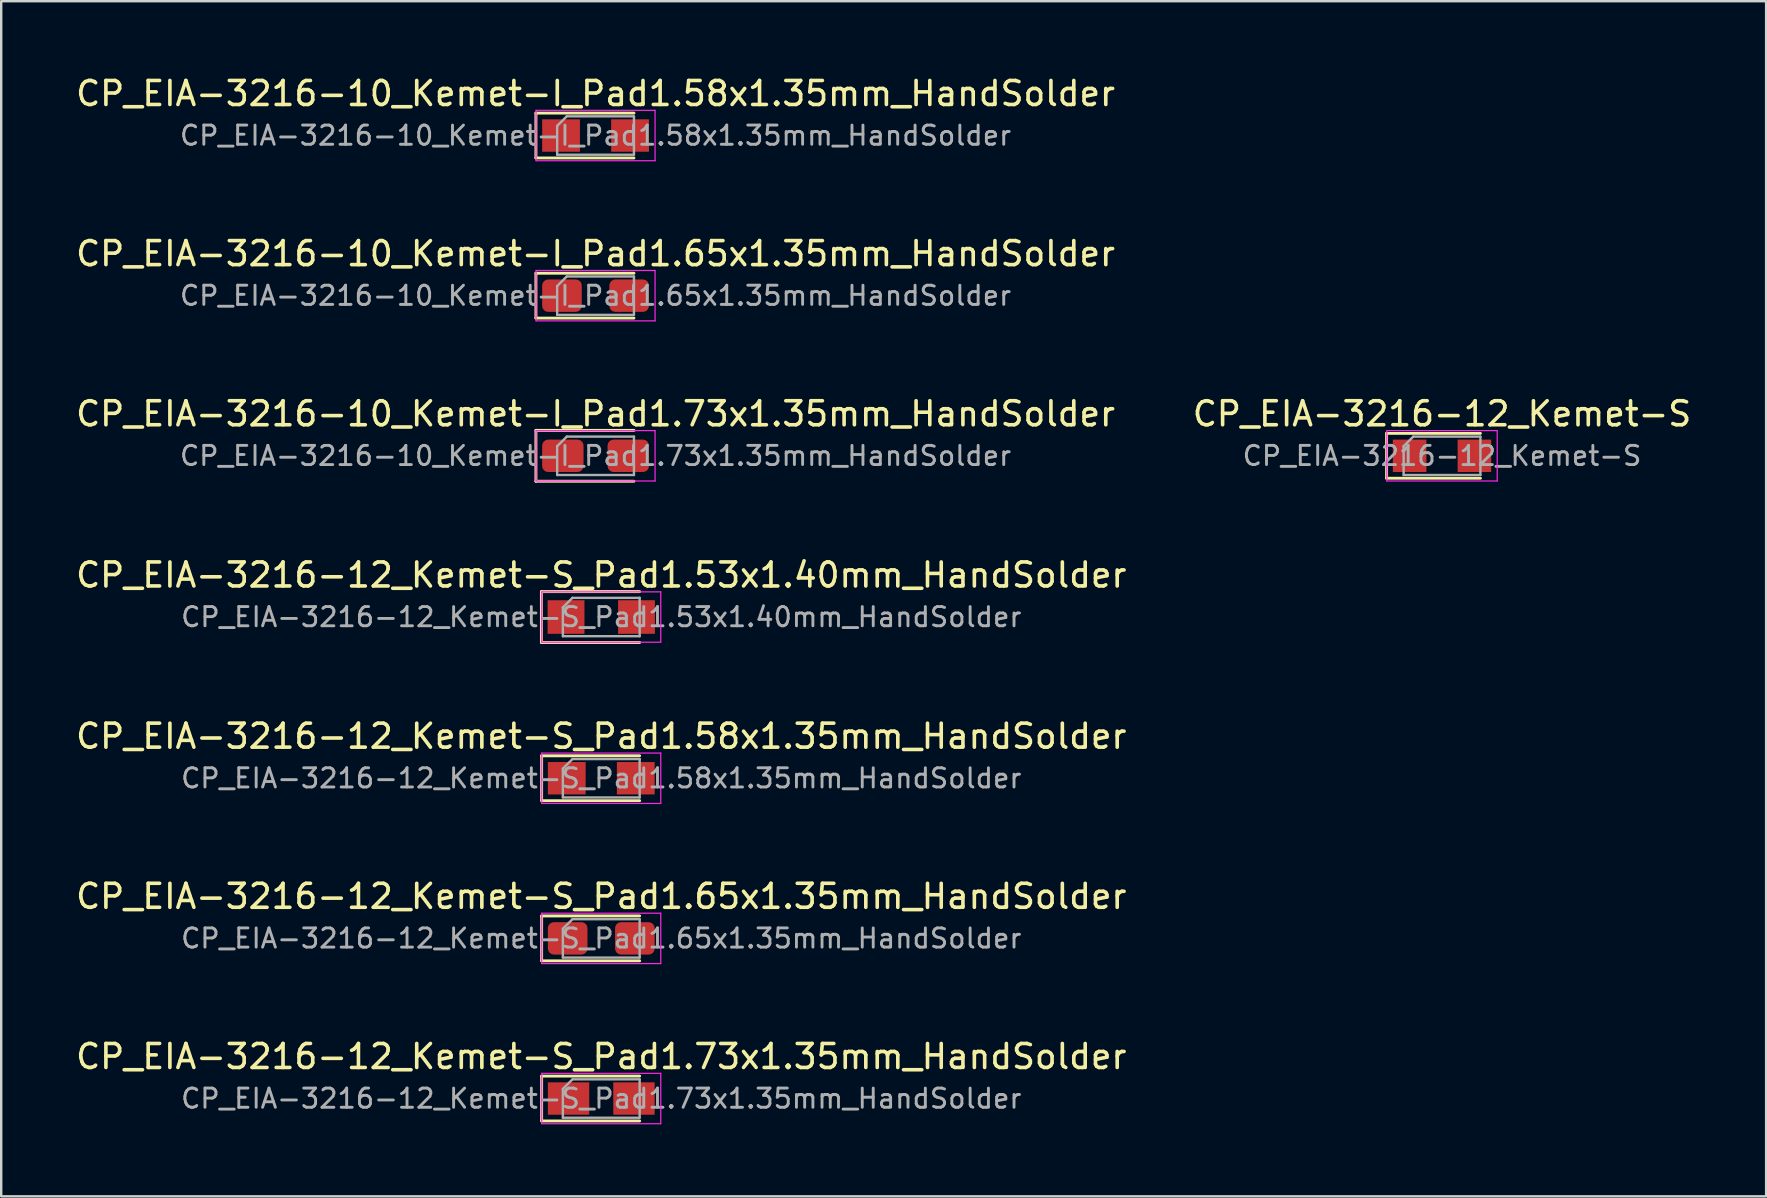
<source format=kicad_pcb>
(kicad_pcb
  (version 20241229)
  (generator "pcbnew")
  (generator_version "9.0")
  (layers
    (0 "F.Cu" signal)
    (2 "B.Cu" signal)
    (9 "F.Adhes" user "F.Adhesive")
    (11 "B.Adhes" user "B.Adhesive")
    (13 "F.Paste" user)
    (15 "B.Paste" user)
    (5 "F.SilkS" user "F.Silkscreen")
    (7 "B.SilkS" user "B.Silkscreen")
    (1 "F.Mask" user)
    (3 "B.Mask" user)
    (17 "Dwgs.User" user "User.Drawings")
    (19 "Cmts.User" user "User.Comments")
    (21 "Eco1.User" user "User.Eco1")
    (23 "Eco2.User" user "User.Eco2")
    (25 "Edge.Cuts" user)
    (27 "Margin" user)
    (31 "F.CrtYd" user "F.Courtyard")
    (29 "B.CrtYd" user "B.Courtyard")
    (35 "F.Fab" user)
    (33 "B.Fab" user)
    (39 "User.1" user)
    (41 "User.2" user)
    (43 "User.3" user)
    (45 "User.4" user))
  (footprint "CP_EIA-3216-12_Kemet-S_Pad1.73x1.35mm_HandSolder"
    (layer "F.Cu")
    (at 22.006 42.728)
    (property "Reference" "CP_EIA-3216-12_Kemet-S_Pad1.73x1.35mm_HandSolder" (at 0 -1.75 0) (layer "F.SilkS") (effects (font (size 1 1) (thickness 0.15))))
    (attr smd)
    (fp_line (start -2.485 -0.935) (end -2.485 0.935) (stroke (width 0.12) (type solid)) (layer "F.SilkS"))
    (fp_line (start -2.485 0.935) (end 1.6 0.935) (stroke (width 0.12) (type solid)) (layer "F.SilkS"))
    (fp_line (start 1.6 -0.935) (end -2.485 -0.935) (stroke (width 0.12) (type solid)) (layer "F.SilkS"))
    (fp_line (start -2.48 -1.05) (end 2.48 -1.05) (stroke (width 0.05) (type solid)) (layer "F.CrtYd"))
    (fp_line (start -2.48 1.05) (end -2.48 -1.05) (stroke (width 0.05) (type solid)) (layer "F.CrtYd"))
    (fp_line (start 2.48 -1.05) (end 2.48 1.05) (stroke (width 0.05) (type solid)) (layer "F.CrtYd"))
    (fp_line (start 2.48 1.05) (end -2.48 1.05) (stroke (width 0.05) (type solid)) (layer "F.CrtYd"))
    (fp_line (start -1.6 -0.4) (end -1.6 0.8) (stroke (width 0.1) (type solid)) (layer "F.Fab"))
    (fp_line (start -1.6 0.8) (end 1.6 0.8) (stroke (width 0.1) (type solid)) (layer "F.Fab"))
    (fp_line (start -1.2 -0.8) (end -1.6 -0.4) (stroke (width 0.1) (type solid)) (layer "F.Fab"))
    (fp_line (start 1.6 -0.8) (end -1.2 -0.8) (stroke (width 0.1) (type solid)) (layer "F.Fab"))
    (fp_line (start 1.6 0.8) (end 1.6 -0.8) (stroke (width 0.1) (type solid)) (layer "F.Fab"))
    (fp_text user "${REFERENCE}" (at 0 0 0) (layer "F.Fab") (effects (font (size 0.8 0.8) (thickness 0.12))))
    (pad "1" smd rect (at -1.363 0) (size 1.725 1.35) (layers "F.Cu" "F.Mask" "F.Paste"))
    (pad "2" smd rect (at 1.363 0) (size 1.725 1.35) (layers "F.Cu" "F.Mask" "F.Paste")))
  (footprint "CP_EIA-3216-12_Kemet-S_Pad1.53x1.40mm_HandSolder"
    (layer "F.Cu")
    (at 22.006 22.663)
    (property "Reference" "CP_EIA-3216-12_Kemet-S_Pad1.53x1.40mm_HandSolder" (at 0 -1.75 0) (layer "F.SilkS") (effects (font (size 1 1) (thickness 0.15))))
    (attr smd)
    (fp_line (start -2.495 -1.06) (end -2.495 1.06) (stroke (width 0.12) (type solid)) (layer "F.SilkS"))
    (fp_line (start -2.495 1.06) (end 1.6 1.06) (stroke (width 0.12) (type solid)) (layer "F.SilkS"))
    (fp_line (start 1.6 -1.06) (end -2.495 -1.06) (stroke (width 0.12) (type solid)) (layer "F.SilkS"))
    (fp_line (start -2.48 -1.05) (end 2.48 -1.05) (stroke (width 0.05) (type solid)) (layer "F.CrtYd"))
    (fp_line (start -2.48 1.05) (end -2.48 -1.05) (stroke (width 0.05) (type solid)) (layer "F.CrtYd"))
    (fp_line (start 2.48 -1.05) (end 2.48 1.05) (stroke (width 0.05) (type solid)) (layer "F.CrtYd"))
    (fp_line (start 2.48 1.05) (end -2.48 1.05) (stroke (width 0.05) (type solid)) (layer "F.CrtYd"))
    (fp_line (start -1.6 -0.4) (end -1.6 0.8) (stroke (width 0.1) (type solid)) (layer "F.Fab"))
    (fp_line (start -1.6 0.8) (end 1.6 0.8) (stroke (width 0.1) (type solid)) (layer "F.Fab"))
    (fp_line (start -1.2 -0.8) (end -1.6 -0.4) (stroke (width 0.1) (type solid)) (layer "F.Fab"))
    (fp_line (start 1.6 -0.8) (end -1.2 -0.8) (stroke (width 0.1) (type solid)) (layer "F.Fab"))
    (fp_line (start 1.6 0.8) (end 1.6 -0.8) (stroke (width 0.1) (type solid)) (layer "F.Fab"))
    (fp_text user "${REFERENCE}" (at 0 0 0) (layer "F.Fab") (effects (font (size 0.8 0.8) (thickness 0.12))))
    (pad "1" smd rect (at -1.468 0) (size 1.535 1.4) (layers "F.Cu" "F.Mask" "F.Paste"))
    (pad "2" smd rect (at 1.468 0) (size 1.535 1.4) (layers "F.Cu" "F.Mask" "F.Paste")))
  (footprint "CP_EIA-3216-12_Kemet-S_Pad1.65x1.35mm_HandSolder"
    (layer "F.Cu")
    (at 22.006 36.054)
    (property "Reference" "CP_EIA-3216-12_Kemet-S_Pad1.65x1.35mm_HandSolder" (at 0 -1.75 0) (layer "F.SilkS") (effects (font (size 1 1) (thickness 0.15))))
    (attr smd)
    (fp_line (start -2.485 -0.935) (end -2.485 0.935) (stroke (width 0.12) (type solid)) (layer "F.SilkS"))
    (fp_line (start -2.485 0.935) (end 1.6 0.935) (stroke (width 0.12) (type solid)) (layer "F.SilkS"))
    (fp_line (start 1.6 -0.935) (end -2.485 -0.935) (stroke (width 0.12) (type solid)) (layer "F.SilkS"))
    (fp_line (start -2.48 -1.05) (end 2.48 -1.05) (stroke (width 0.05) (type solid)) (layer "F.CrtYd"))
    (fp_line (start -2.48 1.05) (end -2.48 -1.05) (stroke (width 0.05) (type solid)) (layer "F.CrtYd"))
    (fp_line (start 2.48 -1.05) (end 2.48 1.05) (stroke (width 0.05) (type solid)) (layer "F.CrtYd"))
    (fp_line (start 2.48 1.05) (end -2.48 1.05) (stroke (width 0.05) (type solid)) (layer "F.CrtYd"))
    (fp_line (start -1.6 -0.4) (end -1.6 0.8) (stroke (width 0.1) (type solid)) (layer "F.Fab"))
    (fp_line (start -1.6 0.8) (end 1.6 0.8) (stroke (width 0.1) (type solid)) (layer "F.Fab"))
    (fp_line (start -1.2 -0.8) (end -1.6 -0.4) (stroke (width 0.1) (type solid)) (layer "F.Fab"))
    (fp_line (start 1.6 -0.8) (end -1.2 -0.8) (stroke (width 0.1) (type solid)) (layer "F.Fab"))
    (fp_line (start 1.6 0.8) (end 1.6 -0.8) (stroke (width 0.1) (type solid)) (layer "F.Fab"))
    (fp_text user "${REFERENCE}" (at 0 0 0) (layer "F.Fab") (effects (font (size 0.8 0.8) (thickness 0.12))))
    (pad "1" smd roundrect (at -1.4 0) (size 1.65 1.35) (layers "F.Cu" "F.Mask" "F.Paste") (roundrect_rratio 0.185))
    (pad "2" smd roundrect (at 1.4 0) (size 1.65 1.35) (layers "F.Cu" "F.Mask" "F.Paste") (roundrect_rratio 0.185)))
  (footprint "CP_EIA-3216-10_Kemet-I_Pad1.73x1.35mm_HandSolder"
    (layer "F.Cu")
    (at 21.768 15.945)
    (property "Reference" "CP_EIA-3216-10_Kemet-I_Pad1.73x1.35mm_HandSolder" (at 0 -1.75 0) (layer "F.SilkS") (effects (font (size 1 1) (thickness 0.15))))
    (attr smd)
    (fp_line (start -2.485 -1.06) (end -2.485 1.06) (stroke (width 0.12) (type solid)) (layer "F.SilkS"))
    (fp_line (start -2.485 1.06) (end 1.6 1.06) (stroke (width 0.12) (type solid)) (layer "F.SilkS"))
    (fp_line (start 1.6 -1.06) (end -2.485 -1.06) (stroke (width 0.12) (type solid)) (layer "F.SilkS"))
    (fp_line (start -2.48 -1.05) (end 2.48 -1.05) (stroke (width 0.05) (type solid)) (layer "F.CrtYd"))
    (fp_line (start -2.48 1.05) (end -2.48 -1.05) (stroke (width 0.05) (type solid)) (layer "F.CrtYd"))
    (fp_line (start 2.48 -1.05) (end 2.48 1.05) (stroke (width 0.05) (type solid)) (layer "F.CrtYd"))
    (fp_line (start 2.48 1.05) (end -2.48 1.05) (stroke (width 0.05) (type solid)) (layer "F.CrtYd"))
    (fp_line (start -1.6 -0.4) (end -1.6 0.8) (stroke (width 0.1) (type solid)) (layer "F.Fab"))
    (fp_line (start -1.6 0.8) (end 1.6 0.8) (stroke (width 0.1) (type solid)) (layer "F.Fab"))
    (fp_line (start -1.2 -0.8) (end -1.6 -0.4) (stroke (width 0.1) (type solid)) (layer "F.Fab"))
    (fp_line (start 1.6 -0.8) (end -1.2 -0.8) (stroke (width 0.1) (type solid)) (layer "F.Fab"))
    (fp_line (start 1.6 0.8) (end 1.6 -0.8) (stroke (width 0.1) (type solid)) (layer "F.Fab"))
    (fp_text user "${REFERENCE}" (at 0 0 0) (layer "F.Fab") (effects (font (size 0.8 0.8) (thickness 0.12))))
    (pad "1" smd roundrect (at -1.363 0) (size 1.725 1.35) (layers "F.Cu" "F.Mask" "F.Paste") (roundrect_rratio 0.185))
    (pad "2" smd roundrect (at 1.363 0) (size 1.725 1.35) (layers "F.Cu" "F.Mask" "F.Paste") (roundrect_rratio 0.185)))
  (footprint "CP_EIA-3216-12_Kemet-S_Pad1.58x1.35mm_HandSolder"
    (layer "F.Cu")
    (at 22.006 29.381)
    (property "Reference" "CP_EIA-3216-12_Kemet-S_Pad1.58x1.35mm_HandSolder" (at 0 -1.75 0) (layer "F.SilkS") (effects (font (size 1 1) (thickness 0.15))))
    (attr smd)
    (fp_line (start -2.485 -0.935) (end -2.485 0.935) (stroke (width 0.12) (type solid)) (layer "F.SilkS"))
    (fp_line (start -2.485 0.935) (end 1.6 0.935) (stroke (width 0.12) (type solid)) (layer "F.SilkS"))
    (fp_line (start 1.6 -0.935) (end -2.485 -0.935) (stroke (width 0.12) (type solid)) (layer "F.SilkS"))
    (fp_line (start -2.48 -1.05) (end 2.48 -1.05) (stroke (width 0.05) (type solid)) (layer "F.CrtYd"))
    (fp_line (start -2.48 1.05) (end -2.48 -1.05) (stroke (width 0.05) (type solid)) (layer "F.CrtYd"))
    (fp_line (start 2.48 -1.05) (end 2.48 1.05) (stroke (width 0.05) (type solid)) (layer "F.CrtYd"))
    (fp_line (start 2.48 1.05) (end -2.48 1.05) (stroke (width 0.05) (type solid)) (layer "F.CrtYd"))
    (fp_line (start -1.6 -0.4) (end -1.6 0.8) (stroke (width 0.1) (type solid)) (layer "F.Fab"))
    (fp_line (start -1.6 0.8) (end 1.6 0.8) (stroke (width 0.1) (type solid)) (layer "F.Fab"))
    (fp_line (start -1.2 -0.8) (end -1.6 -0.4) (stroke (width 0.1) (type solid)) (layer "F.Fab"))
    (fp_line (start 1.6 -0.8) (end -1.2 -0.8) (stroke (width 0.1) (type solid)) (layer "F.Fab"))
    (fp_line (start 1.6 0.8) (end 1.6 -0.8) (stroke (width 0.1) (type solid)) (layer "F.Fab"))
    (fp_text user "${REFERENCE}" (at 0 0 0) (layer "F.Fab") (effects (font (size 0.8 0.8) (thickness 0.12))))
    (pad "1" smd rect (at -1.438 0) (size 1.575 1.35) (layers "F.Cu" "F.Mask" "F.Paste"))
    (pad "2" smd rect (at 1.438 0) (size 1.575 1.35) (layers "F.Cu" "F.Mask" "F.Paste")))
  (footprint "CP_EIA-3216-10_Kemet-I_Pad1.65x1.35mm_HandSolder"
    (layer "F.Cu")
    (at 21.768 9.271)
    (property "Reference" "CP_EIA-3216-10_Kemet-I_Pad1.65x1.35mm_HandSolder" (at 0 -1.75 0) (layer "F.SilkS") (effects (font (size 1 1) (thickness 0.15))))
    (attr smd)
    (fp_line (start -2.485 -0.935) (end -2.485 0.935) (stroke (width 0.12) (type solid)) (layer "F.SilkS"))
    (fp_line (start -2.485 0.935) (end 1.6 0.935) (stroke (width 0.12) (type solid)) (layer "F.SilkS"))
    (fp_line (start 1.6 -0.935) (end -2.485 -0.935) (stroke (width 0.12) (type solid)) (layer "F.SilkS"))
    (fp_line (start -2.48 -1.05) (end 2.48 -1.05) (stroke (width 0.05) (type solid)) (layer "F.CrtYd"))
    (fp_line (start -2.48 1.05) (end -2.48 -1.05) (stroke (width 0.05) (type solid)) (layer "F.CrtYd"))
    (fp_line (start 2.48 -1.05) (end 2.48 1.05) (stroke (width 0.05) (type solid)) (layer "F.CrtYd"))
    (fp_line (start 2.48 1.05) (end -2.48 1.05) (stroke (width 0.05) (type solid)) (layer "F.CrtYd"))
    (fp_line (start -1.6 -0.4) (end -1.6 0.8) (stroke (width 0.1) (type solid)) (layer "F.Fab"))
    (fp_line (start -1.6 0.8) (end 1.6 0.8) (stroke (width 0.1) (type solid)) (layer "F.Fab"))
    (fp_line (start -1.2 -0.8) (end -1.6 -0.4) (stroke (width 0.1) (type solid)) (layer "F.Fab"))
    (fp_line (start 1.6 -0.8) (end -1.2 -0.8) (stroke (width 0.1) (type solid)) (layer "F.Fab"))
    (fp_line (start 1.6 0.8) (end 1.6 -0.8) (stroke (width 0.1) (type solid)) (layer "F.Fab"))
    (fp_text user "${REFERENCE}" (at 0 0 0) (layer "F.Fab") (effects (font (size 0.8 0.8) (thickness 0.12))))
    (pad "1" smd roundrect (at -1.4 0) (size 1.65 1.35) (layers "F.Cu" "F.Mask" "F.Paste") (roundrect_rratio 0.185))
    (pad "2" smd roundrect (at 1.4 0) (size 1.65 1.35) (layers "F.Cu" "F.Mask" "F.Paste") (roundrect_rratio 0.185)))
  (footprint "CP_EIA-3216-10_Kemet-I_Pad1.58x1.35mm_HandSolder"
    (layer "F.Cu")
    (at 21.768 2.598)
    (property "Reference" "CP_EIA-3216-10_Kemet-I_Pad1.58x1.35mm_HandSolder" (at 0 -1.75 0) (layer "F.SilkS") (effects (font (size 1 1) (thickness 0.15))))
    (attr smd)
    (fp_line (start -2.485 -0.935) (end -2.485 0.935) (stroke (width 0.12) (type solid)) (layer "F.SilkS"))
    (fp_line (start -2.485 0.935) (end 1.6 0.935) (stroke (width 0.12) (type solid)) (layer "F.SilkS"))
    (fp_line (start 1.6 -0.935) (end -2.485 -0.935) (stroke (width 0.12) (type solid)) (layer "F.SilkS"))
    (fp_line (start -2.48 -1.05) (end 2.48 -1.05) (stroke (width 0.05) (type solid)) (layer "F.CrtYd"))
    (fp_line (start -2.48 1.05) (end -2.48 -1.05) (stroke (width 0.05) (type solid)) (layer "F.CrtYd"))
    (fp_line (start 2.48 -1.05) (end 2.48 1.05) (stroke (width 0.05) (type solid)) (layer "F.CrtYd"))
    (fp_line (start 2.48 1.05) (end -2.48 1.05) (stroke (width 0.05) (type solid)) (layer "F.CrtYd"))
    (fp_line (start -1.6 -0.4) (end -1.6 0.8) (stroke (width 0.1) (type solid)) (layer "F.Fab"))
    (fp_line (start -1.6 0.8) (end 1.6 0.8) (stroke (width 0.1) (type solid)) (layer "F.Fab"))
    (fp_line (start -1.2 -0.8) (end -1.6 -0.4) (stroke (width 0.1) (type solid)) (layer "F.Fab"))
    (fp_line (start 1.6 -0.8) (end -1.2 -0.8) (stroke (width 0.1) (type solid)) (layer "F.Fab"))
    (fp_line (start 1.6 0.8) (end 1.6 -0.8) (stroke (width 0.1) (type solid)) (layer "F.Fab"))
    (fp_text user "${REFERENCE}" (at 0 0 0) (layer "F.Fab") (effects (font (size 0.8 0.8) (thickness 0.12))))
    (pad "1" smd rect (at -1.438 0) (size 1.575 1.35) (layers "F.Cu" "F.Mask" "F.Paste"))
    (pad "2" smd rect (at 1.438 0) (size 1.575 1.35) (layers "F.Cu" "F.Mask" "F.Paste")))
  (footprint "CP_EIA-3216-12_Kemet-S"
    (layer "F.Cu")
    (at 57.042 15.945)
    (property "Reference" "CP_EIA-3216-12_Kemet-S" (at 0 -1.75 0) (layer "F.SilkS") (effects (font (size 1 1) (thickness 0.15))))
    (attr smd)
    (fp_line (start -2.31 -0.935) (end -2.31 0.935) (stroke (width 0.12) (type solid)) (layer "F.SilkS"))
    (fp_line (start -2.31 0.935) (end 1.6 0.935) (stroke (width 0.12) (type solid)) (layer "F.SilkS"))
    (fp_line (start 1.6 -0.935) (end -2.31 -0.935) (stroke (width 0.12) (type solid)) (layer "F.SilkS"))
    (fp_line (start -2.3 -1.05) (end 2.3 -1.05) (stroke (width 0.05) (type solid)) (layer "F.CrtYd"))
    (fp_line (start -2.3 1.05) (end -2.3 -1.05) (stroke (width 0.05) (type solid)) (layer "F.CrtYd"))
    (fp_line (start 2.3 -1.05) (end 2.3 1.05) (stroke (width 0.05) (type solid)) (layer "F.CrtYd"))
    (fp_line (start 2.3 1.05) (end -2.3 1.05) (stroke (width 0.05) (type solid)) (layer "F.CrtYd"))
    (fp_line (start -1.6 -0.4) (end -1.6 0.8) (stroke (width 0.1) (type solid)) (layer "F.Fab"))
    (fp_line (start -1.6 0.8) (end 1.6 0.8) (stroke (width 0.1) (type solid)) (layer "F.Fab"))
    (fp_line (start -1.2 -0.8) (end -1.6 -0.4) (stroke (width 0.1) (type solid)) (layer "F.Fab"))
    (fp_line (start 1.6 -0.8) (end -1.2 -0.8) (stroke (width 0.1) (type solid)) (layer "F.Fab"))
    (fp_line (start 1.6 0.8) (end 1.6 -0.8) (stroke (width 0.1) (type solid)) (layer "F.Fab"))
    (fp_text user "${REFERENCE}" (at 0 0 0) (layer "F.Fab") (effects (font (size 0.8 0.8) (thickness 0.12))))
    (pad "1" smd rect (at -1.35 0) (size 1.4 1.35) (layers "F.Cu" "F.Mask" "F.Paste"))
    (pad "2" smd rect (at 1.35 0) (size 1.4 1.35) (layers "F.Cu" "F.Mask" "F.Paste")))
  (gr_rect
    (start -3 -3)
    (end 70.548 46.803)
    (stroke (width 0.1) (type default))
    (fill no)
    (layer "Edge.Cuts")))
</source>
